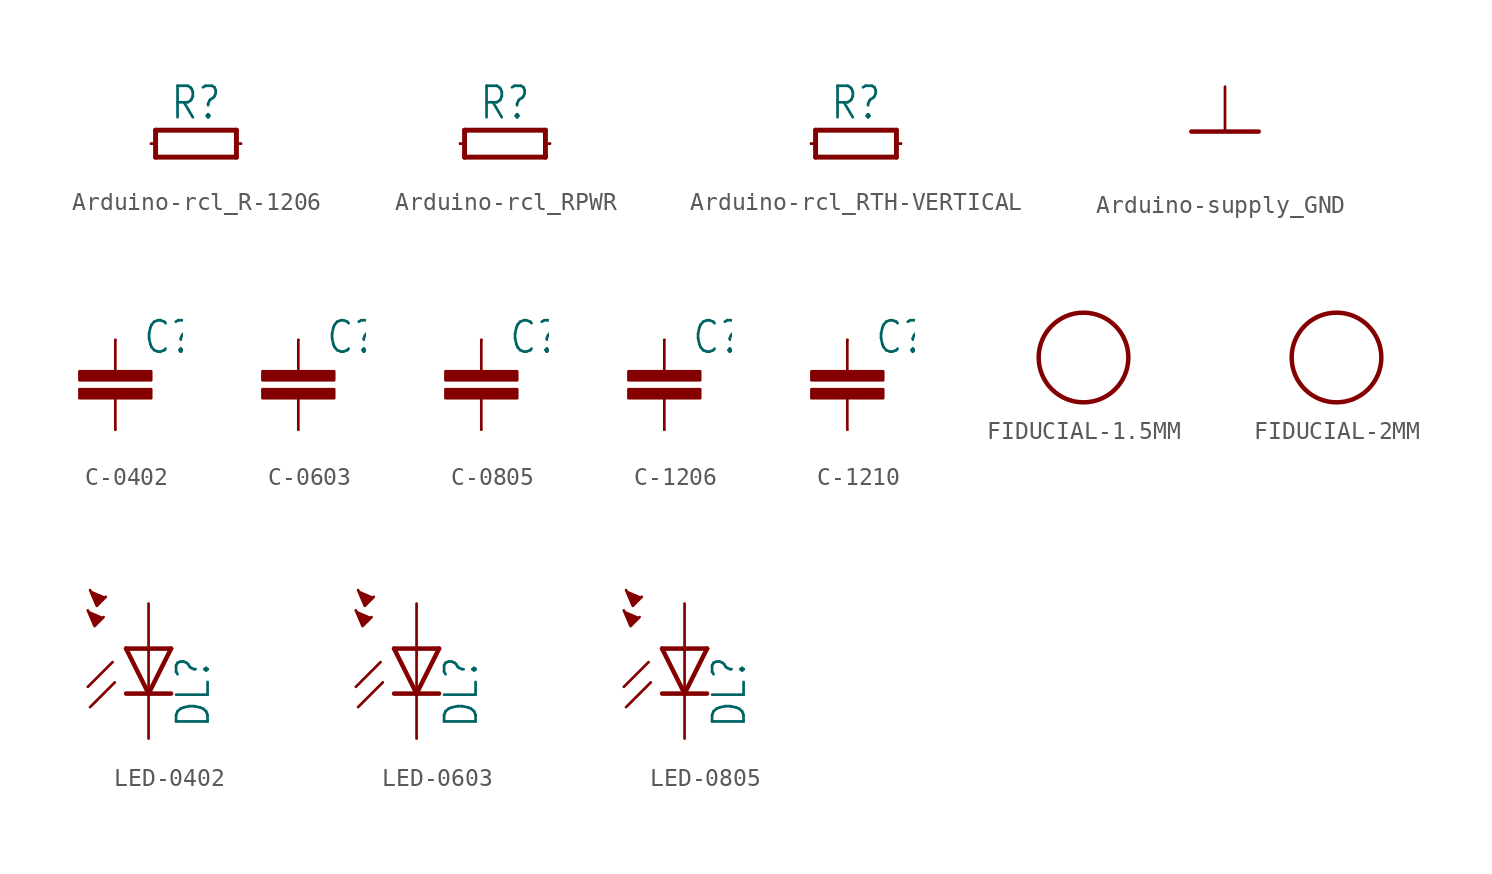
<source format=kicad_sym>
(kicad_symbol_lib
  (version 20241209)
  (generator "kicad_symbol_editor")
  (generator_version "9.0")
  (symbol "Arduino-rcl_R-1206"
    (property "Reference" "R"
      (at 0 1.27 0)
      (effects (font (size 1.778 1.511)) (justify bottom)))
    (property "Value" ""
      (at 0 -1.27 0)
      (effects (font (size 1.778 1.511)) (justify top)))
    (property "ki_locked" ""
      (at 0 0 0)
      (effects (font (size 1.27 1.27))))
    (symbol "Arduino-rcl_R-1206_1_0"
      (polyline (pts (xy -2.54 0) (xy -2.286 0)) (stroke (width 0.152) (type solid)) (fill (type none)))
      (polyline (pts (xy -2.286 0.762) (xy 2.286 0.762)) (stroke (width 0.279) (type solid)) (fill (type none)))
      (polyline (pts (xy -2.286 0) (xy -2.286 0.762)) (stroke (width 0.279) (type solid)) (fill (type none)))
      (polyline (pts (xy -2.286 -0.762) (xy -2.286 0)) (stroke (width 0.279) (type solid)) (fill (type none)))
      (polyline (pts (xy -2.286 -0.762) (xy 2.286 -0.762)) (stroke (width 0.279) (type solid)) (fill (type none)))
      (polyline (pts (xy 2.286 0.762) (xy 2.286 0)) (stroke (width 0.279) (type solid)) (fill (type none)))
      (polyline (pts (xy 2.286 0) (xy 2.286 -0.762)) (stroke (width 0.279) (type solid)) (fill (type none)))
      (polyline (pts (xy 2.286 0) (xy 2.54 0)) (stroke (width 0.152) (type solid)) (fill (type none)))
      (pin passive line (at -2.54 0 0) (length 0) (name "1" (effects (font (size 0 0)))) (number "1" (effects (font (size 0 0)))))
      (pin passive line (at 2.54 0 180) (length 0) (name "2" (effects (font (size 0 0)))) (number "2" (effects (font (size 0 0)))))))
  (symbol "Arduino-rcl_RPWR"
    (property "Reference" "R"
      (at 0 1.27 0)
      (effects (font (size 1.778 1.511)) (justify bottom)))
    (property "Value" ""
      (at 0 -1.27 0)
      (effects (font (size 1.778 1.511)) (justify top)))
    (property "ki_locked" ""
      (at 0 0 0)
      (effects (font (size 1.27 1.27))))
    (symbol "Arduino-rcl_RPWR_1_0"
      (polyline (pts (xy -2.54 0) (xy -2.286 0)) (stroke (width 0.152) (type solid)) (fill (type none)))
      (polyline (pts (xy -2.286 0.762) (xy 2.286 0.762)) (stroke (width 0.279) (type solid)) (fill (type none)))
      (polyline (pts (xy -2.286 0) (xy -2.286 0.762)) (stroke (width 0.279) (type solid)) (fill (type none)))
      (polyline (pts (xy -2.286 -0.762) (xy -2.286 0)) (stroke (width 0.279) (type solid)) (fill (type none)))
      (polyline (pts (xy -2.286 -0.762) (xy 2.286 -0.762)) (stroke (width 0.279) (type solid)) (fill (type none)))
      (polyline (pts (xy 2.286 0.762) (xy 2.286 0)) (stroke (width 0.279) (type solid)) (fill (type none)))
      (polyline (pts (xy 2.286 0) (xy 2.286 -0.762)) (stroke (width 0.279) (type solid)) (fill (type none)))
      (polyline (pts (xy 2.286 0) (xy 2.54 0)) (stroke (width 0.152) (type solid)) (fill (type none)))
      (pin passive line (at -2.54 0 0) (length 0) (name "1" (effects (font (size 0 0)))) (number "1" (effects (font (size 0 0)))))
      (pin passive line (at 2.54 0 180) (length 0) (name "2" (effects (font (size 0 0)))) (number "2" (effects (font (size 0 0)))))))
  (symbol "Arduino-rcl_RTH-VERTICAL"
    (property "Reference" "R"
      (at 0 1.27 0)
      (effects (font (size 1.778 1.511)) (justify bottom)))
    (property "Value" ""
      (at 0 -1.27 0)
      (effects (font (size 1.778 1.511)) (justify top)))
    (property "ki_locked" ""
      (at 0 0 0)
      (effects (font (size 1.27 1.27))))
    (symbol "Arduino-rcl_RTH-VERTICAL_1_0"
      (polyline (pts (xy -2.54 0) (xy -2.286 0)) (stroke (width 0.152) (type solid)) (fill (type none)))
      (polyline (pts (xy -2.286 0.762) (xy 2.286 0.762)) (stroke (width 0.279) (type solid)) (fill (type none)))
      (polyline (pts (xy -2.286 0) (xy -2.286 0.762)) (stroke (width 0.279) (type solid)) (fill (type none)))
      (polyline (pts (xy -2.286 -0.762) (xy -2.286 0)) (stroke (width 0.279) (type solid)) (fill (type none)))
      (polyline (pts (xy -2.286 -0.762) (xy 2.286 -0.762)) (stroke (width 0.279) (type solid)) (fill (type none)))
      (polyline (pts (xy 2.286 0.762) (xy 2.286 0)) (stroke (width 0.279) (type solid)) (fill (type none)))
      (polyline (pts (xy 2.286 0) (xy 2.286 -0.762)) (stroke (width 0.279) (type solid)) (fill (type none)))
      (polyline (pts (xy 2.286 0) (xy 2.54 0)) (stroke (width 0.152) (type solid)) (fill (type none)))
      (pin passive line (at -2.54 0 0) (length 0) (name "1" (effects (font (size 0 0)))) (number "1" (effects (font (size 0 0)))))
      (pin passive line (at 2.54 0 180) (length 0) (name "2" (effects (font (size 0 0)))) (number "2" (effects (font (size 0 0)))))))
  (symbol "Arduino-supply_GND"
    (power)
    (property "Reference" "#GND"
      (at 0 0 0)
      (effects (font (size 1.27 1.27)) (hide yes)))
    (property "Value" ""
      (at -2.54 -2.54 0)
      (effects (font (size 1.778 1.511)) (justify left bottom)))
    (property "ki_locked" ""
      (at 0 0 0)
      (effects (font (size 1.27 1.27))))
    (symbol "Arduino-supply_GND_1_0"
      (polyline (pts (xy -1.905 0) (xy 1.905 0)) (stroke (width 0.254) (type solid)) (fill (type none)))
      (pin power_in line (at 0 2.54 270) (length 2.54) (name "GND" (effects (font (size 0 0)))) (number "1" (effects (font (size 0 0)))))))
  (symbol "C-0402"
    (property "Reference" "C"
      (at 1.524 1.651 0)
      (effects (font (size 1.778 1.511)) (justify left bottom)))
    (property "Value" ""
      (at 1.524 -3.429 0)
      (effects (font (size 1.778 1.511)) (justify left bottom)))
    (property "ki_locked" ""
      (at 0 0 0)
      (effects (font (size 1.27 1.27))))
    (symbol "C-0402_1_0"
      (rectangle (start -2.032 0.254) (end 2.032 0.762) (stroke (width 0) (type default)) (fill (type outline)))
      (rectangle (start -2.032 -0.762) (end 2.032 -0.254) (stroke (width 0) (type default)) (fill (type outline)))
      (polyline (pts (xy 0 2.54) (xy 0 0.762)) (stroke (width 0.152) (type solid)) (fill (type none)))
      (polyline (pts (xy 0 -2.54) (xy 0 -0.762)) (stroke (width 0.152) (type solid)) (fill (type none)))
      (pin passive line (at 0 2.54 270) (length 0) (name "1" (effects (font (size 0 0)))) (number "1" (effects (font (size 0 0)))))
      (pin passive line (at 0 -2.54 90) (length 0) (name "2" (effects (font (size 0 0)))) (number "2" (effects (font (size 0 0)))))))
  (symbol "C-0603"
    (property "Reference" "C"
      (at 1.524 1.651 0)
      (effects (font (size 1.778 1.511)) (justify left bottom)))
    (property "Value" ""
      (at 1.524 -3.429 0)
      (effects (font (size 1.778 1.511)) (justify left bottom)))
    (property "ki_locked" ""
      (at 0 0 0)
      (effects (font (size 1.27 1.27))))
    (symbol "C-0603_1_0"
      (rectangle (start -2.032 0.254) (end 2.032 0.762) (stroke (width 0) (type default)) (fill (type outline)))
      (rectangle (start -2.032 -0.762) (end 2.032 -0.254) (stroke (width 0) (type default)) (fill (type outline)))
      (polyline (pts (xy 0 2.54) (xy 0 0.762)) (stroke (width 0.152) (type solid)) (fill (type none)))
      (polyline (pts (xy 0 -2.54) (xy 0 -0.762)) (stroke (width 0.152) (type solid)) (fill (type none)))
      (pin passive line (at 0 2.54 270) (length 0) (name "1" (effects (font (size 0 0)))) (number "1" (effects (font (size 0 0)))))
      (pin passive line (at 0 -2.54 90) (length 0) (name "2" (effects (font (size 0 0)))) (number "2" (effects (font (size 0 0)))))))
  (symbol "C-0805"
    (property "Reference" "C"
      (at 1.524 1.651 0)
      (effects (font (size 1.778 1.511)) (justify left bottom)))
    (property "Value" ""
      (at 1.524 -3.429 0)
      (effects (font (size 1.778 1.511)) (justify left bottom)))
    (property "ki_locked" ""
      (at 0 0 0)
      (effects (font (size 1.27 1.27))))
    (symbol "C-0805_1_0"
      (rectangle (start -2.032 0.254) (end 2.032 0.762) (stroke (width 0) (type default)) (fill (type outline)))
      (rectangle (start -2.032 -0.762) (end 2.032 -0.254) (stroke (width 0) (type default)) (fill (type outline)))
      (polyline (pts (xy 0 2.54) (xy 0 0.762)) (stroke (width 0.152) (type solid)) (fill (type none)))
      (polyline (pts (xy 0 -2.54) (xy 0 -0.762)) (stroke (width 0.152) (type solid)) (fill (type none)))
      (pin passive line (at 0 2.54 270) (length 0) (name "1" (effects (font (size 0 0)))) (number "1" (effects (font (size 0 0)))))
      (pin passive line (at 0 -2.54 90) (length 0) (name "2" (effects (font (size 0 0)))) (number "2" (effects (font (size 0 0)))))))
  (symbol "C-1206"
    (property "Reference" "C"
      (at 1.524 1.651 0)
      (effects (font (size 1.778 1.511)) (justify left bottom)))
    (property "Value" ""
      (at 1.524 -3.429 0)
      (effects (font (size 1.778 1.511)) (justify left bottom)))
    (property "ki_locked" ""
      (at 0 0 0)
      (effects (font (size 1.27 1.27))))
    (symbol "C-1206_1_0"
      (rectangle (start -2.032 0.254) (end 2.032 0.762) (stroke (width 0) (type default)) (fill (type outline)))
      (rectangle (start -2.032 -0.762) (end 2.032 -0.254) (stroke (width 0) (type default)) (fill (type outline)))
      (polyline (pts (xy 0 2.54) (xy 0 0.762)) (stroke (width 0.152) (type solid)) (fill (type none)))
      (polyline (pts (xy 0 -2.54) (xy 0 -0.762)) (stroke (width 0.152) (type solid)) (fill (type none)))
      (pin passive line (at 0 2.54 270) (length 0) (name "1" (effects (font (size 0 0)))) (number "1" (effects (font (size 0 0)))))
      (pin passive line (at 0 -2.54 90) (length 0) (name "2" (effects (font (size 0 0)))) (number "2" (effects (font (size 0 0)))))))
  (symbol "C-1210"
    (property "Reference" "C"
      (at 1.524 1.651 0)
      (effects (font (size 1.778 1.511)) (justify left bottom)))
    (property "Value" ""
      (at 1.524 -3.429 0)
      (effects (font (size 1.778 1.511)) (justify left bottom)))
    (property "ki_locked" ""
      (at 0 0 0)
      (effects (font (size 1.27 1.27))))
    (symbol "C-1210_1_0"
      (rectangle (start -2.032 0.254) (end 2.032 0.762) (stroke (width 0) (type default)) (fill (type outline)))
      (rectangle (start -2.032 -0.762) (end 2.032 -0.254) (stroke (width 0) (type default)) (fill (type outline)))
      (polyline (pts (xy 0 2.54) (xy 0 0.762)) (stroke (width 0.152) (type solid)) (fill (type none)))
      (polyline (pts (xy 0 -2.54) (xy 0 -0.762)) (stroke (width 0.152) (type solid)) (fill (type none)))
      (pin passive line (at 0 2.54 270) (length 0) (name "1" (effects (font (size 0 0)))) (number "1" (effects (font (size 0 0)))))
      (pin passive line (at 0 -2.54 90) (length 0) (name "2" (effects (font (size 0 0)))) (number "2" (effects (font (size 0 0)))))))
  (symbol "FIDUCIAL-1.5MM"
    (property "Reference" "FD"
      (at 0 0 0)
      (effects (font (size 1.27 1.27)) (hide yes)))
    (property "ki_locked" ""
      (at 0 0 0)
      (effects (font (size 1.27 1.27))))
    (symbol "FIDUCIAL-1.5MM_1_0"
      (circle (center 0 0) (radius 2.54) (stroke (width 0.254) (type solid)) (fill (type none)))))
  (symbol "FIDUCIAL-2MM"
    (property "Reference" "FD"
      (at 0 0 0)
      (effects (font (size 1.27 1.27)) (hide yes)))
    (property "ki_locked" ""
      (at 0 0 0)
      (effects (font (size 1.27 1.27))))
    (symbol "FIDUCIAL-2MM_1_0"
      (circle (center 0 0) (radius 2.54) (stroke (width 0.254) (type solid)) (fill (type none)))))
  (symbol "LED-0402"
    (property "Reference" "DL"
      (at 3.556 -4.572 90)
      (effects (font (size 1.778 1.511)) (justify left bottom)))
    (property "Value" ""
      (at 5.715 -4.572 90)
      (effects (font (size 1.778 1.511)) (justify left bottom)))
    (property "ki_locked" ""
      (at 0 0 0)
      (effects (font (size 1.27 1.27))))
    (symbol "LED-0402_1_0"
      (polyline (pts (xy -3.429 2.159) (xy -3.048 1.27) (xy -2.54 1.778)) (stroke (width 0.152) (type solid)) (fill (type outline)))
      (polyline (pts (xy -3.302 3.302) (xy -2.921 2.413) (xy -2.413 2.921)) (stroke (width 0.152) (type solid)) (fill (type outline)))
      (polyline (pts (xy -2.032 -0.762) (xy -3.429 -2.159)) (stroke (width 0.152) (type solid)) (fill (type none)))
      (polyline (pts (xy -1.905 -1.905) (xy -3.302 -3.302)) (stroke (width 0.152) (type solid)) (fill (type none)))
      (polyline (pts (xy 0 0) (xy -1.27 0)) (stroke (width 0.254) (type solid)) (fill (type none)))
      (polyline (pts (xy 0 0) (xy 0 -2.54)) (stroke (width 0.152) (type solid)) (fill (type none)))
      (polyline (pts (xy 0 -2.54) (xy -1.27 0)) (stroke (width 0.254) (type solid)) (fill (type none)))
      (polyline (pts (xy 0 -2.54) (xy -1.27 -2.54)) (stroke (width 0.254) (type solid)) (fill (type none)))
      (polyline (pts (xy 1.27 0) (xy 0 0)) (stroke (width 0.254) (type solid)) (fill (type none)))
      (polyline (pts (xy 1.27 0) (xy 0 -2.54)) (stroke (width 0.254) (type solid)) (fill (type none)))
      (polyline (pts (xy 1.27 -2.54) (xy 0 -2.54)) (stroke (width 0.254) (type solid)) (fill (type none)))
      (pin passive line (at 0 2.54 270) (length 2.54) (name "A" (effects (font (size 0 0)))) (number "A" (effects (font (size 0 0)))))
      (pin passive line (at 0 -5.08 90) (length 2.54) (name "C" (effects (font (size 0 0)))) (number "C" (effects (font (size 0 0)))))))
  (symbol "LED-0603"
    (property "Reference" "DL"
      (at 3.556 -4.572 90)
      (effects (font (size 1.778 1.511)) (justify left bottom)))
    (property "Value" ""
      (at 5.715 -4.572 90)
      (effects (font (size 1.778 1.511)) (justify left bottom)))
    (property "ki_locked" ""
      (at 0 0 0)
      (effects (font (size 1.27 1.27))))
    (symbol "LED-0603_1_0"
      (polyline (pts (xy -3.429 2.159) (xy -3.048 1.27) (xy -2.54 1.778)) (stroke (width 0.152) (type solid)) (fill (type outline)))
      (polyline (pts (xy -3.302 3.302) (xy -2.921 2.413) (xy -2.413 2.921)) (stroke (width 0.152) (type solid)) (fill (type outline)))
      (polyline (pts (xy -2.032 -0.762) (xy -3.429 -2.159)) (stroke (width 0.152) (type solid)) (fill (type none)))
      (polyline (pts (xy -1.905 -1.905) (xy -3.302 -3.302)) (stroke (width 0.152) (type solid)) (fill (type none)))
      (polyline (pts (xy 0 0) (xy -1.27 0)) (stroke (width 0.254) (type solid)) (fill (type none)))
      (polyline (pts (xy 0 0) (xy 0 -2.54)) (stroke (width 0.152) (type solid)) (fill (type none)))
      (polyline (pts (xy 0 -2.54) (xy -1.27 0)) (stroke (width 0.254) (type solid)) (fill (type none)))
      (polyline (pts (xy 0 -2.54) (xy -1.27 -2.54)) (stroke (width 0.254) (type solid)) (fill (type none)))
      (polyline (pts (xy 1.27 0) (xy 0 0)) (stroke (width 0.254) (type solid)) (fill (type none)))
      (polyline (pts (xy 1.27 0) (xy 0 -2.54)) (stroke (width 0.254) (type solid)) (fill (type none)))
      (polyline (pts (xy 1.27 -2.54) (xy 0 -2.54)) (stroke (width 0.254) (type solid)) (fill (type none)))
      (pin passive line (at 0 2.54 270) (length 2.54) (name "A" (effects (font (size 0 0)))) (number "A" (effects (font (size 0 0)))))
      (pin passive line (at 0 -5.08 90) (length 2.54) (name "C" (effects (font (size 0 0)))) (number "C" (effects (font (size 0 0)))))))
  (symbol "LED-0805"
    (property "Reference" "DL"
      (at 3.556 -4.572 90)
      (effects (font (size 1.778 1.511)) (justify left bottom)))
    (property "Value" ""
      (at 5.715 -4.572 90)
      (effects (font (size 1.778 1.511)) (justify left bottom)))
    (property "ki_locked" ""
      (at 0 0 0)
      (effects (font (size 1.27 1.27))))
    (symbol "LED-0805_1_0"
      (polyline (pts (xy -3.429 2.159) (xy -3.048 1.27) (xy -2.54 1.778)) (stroke (width 0.152) (type solid)) (fill (type outline)))
      (polyline (pts (xy -3.302 3.302) (xy -2.921 2.413) (xy -2.413 2.921)) (stroke (width 0.152) (type solid)) (fill (type outline)))
      (polyline (pts (xy -2.032 -0.762) (xy -3.429 -2.159)) (stroke (width 0.152) (type solid)) (fill (type none)))
      (polyline (pts (xy -1.905 -1.905) (xy -3.302 -3.302)) (stroke (width 0.152) (type solid)) (fill (type none)))
      (polyline (pts (xy 0 0) (xy -1.27 0)) (stroke (width 0.254) (type solid)) (fill (type none)))
      (polyline (pts (xy 0 0) (xy 0 -2.54)) (stroke (width 0.152) (type solid)) (fill (type none)))
      (polyline (pts (xy 0 -2.54) (xy -1.27 0)) (stroke (width 0.254) (type solid)) (fill (type none)))
      (polyline (pts (xy 0 -2.54) (xy -1.27 -2.54)) (stroke (width 0.254) (type solid)) (fill (type none)))
      (polyline (pts (xy 1.27 0) (xy 0 0)) (stroke (width 0.254) (type solid)) (fill (type none)))
      (polyline (pts (xy 1.27 0) (xy 0 -2.54)) (stroke (width 0.254) (type solid)) (fill (type none)))
      (polyline (pts (xy 1.27 -2.54) (xy 0 -2.54)) (stroke (width 0.254) (type solid)) (fill (type none)))
      (pin passive line (at 0 2.54 270) (length 2.54) (name "A" (effects (font (size 0 0)))) (number "A" (effects (font (size 0 0)))))
      (pin passive line (at 0 -5.08 90) (length 2.54) (name "C" (effects (font (size 0 0)))) (number "C" (effects (font (size 0 0))))))))
</source>
